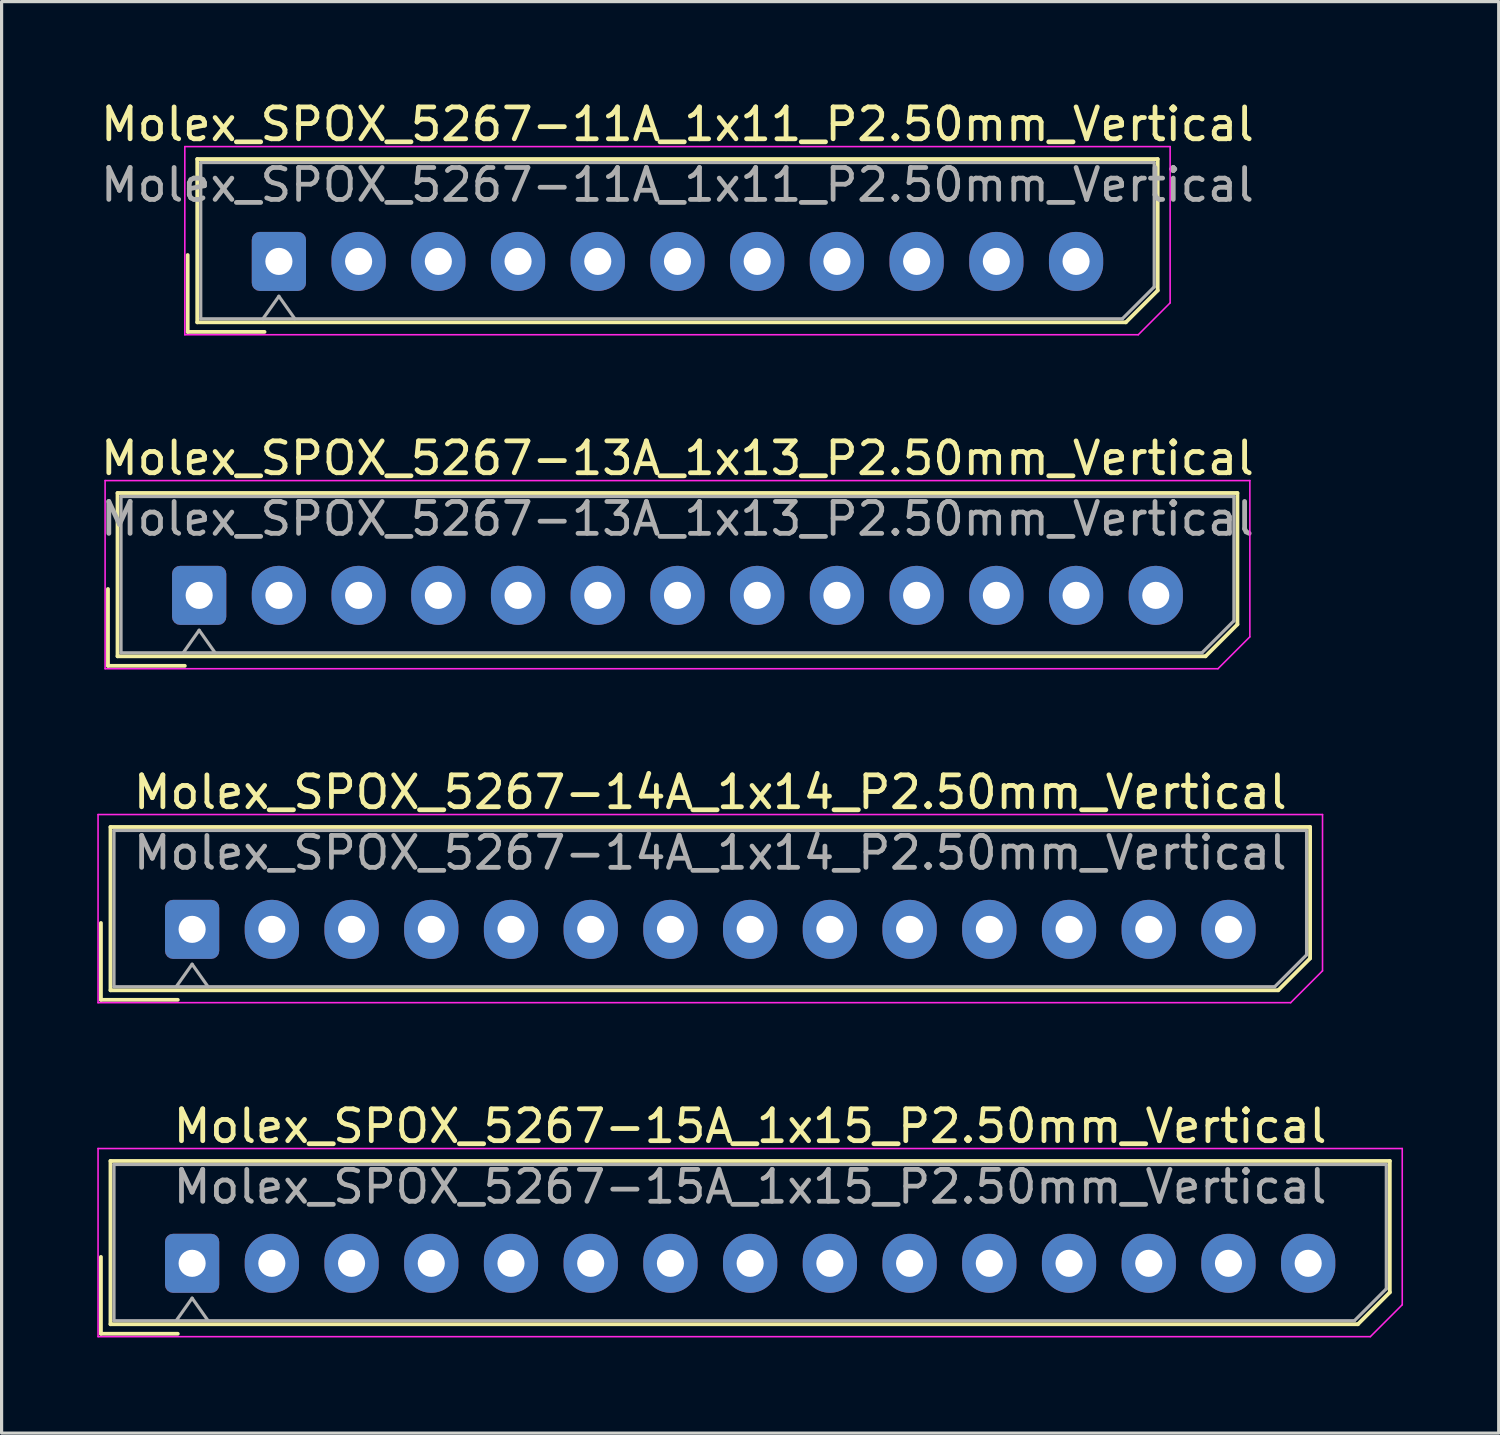
<source format=kicad_pcb>
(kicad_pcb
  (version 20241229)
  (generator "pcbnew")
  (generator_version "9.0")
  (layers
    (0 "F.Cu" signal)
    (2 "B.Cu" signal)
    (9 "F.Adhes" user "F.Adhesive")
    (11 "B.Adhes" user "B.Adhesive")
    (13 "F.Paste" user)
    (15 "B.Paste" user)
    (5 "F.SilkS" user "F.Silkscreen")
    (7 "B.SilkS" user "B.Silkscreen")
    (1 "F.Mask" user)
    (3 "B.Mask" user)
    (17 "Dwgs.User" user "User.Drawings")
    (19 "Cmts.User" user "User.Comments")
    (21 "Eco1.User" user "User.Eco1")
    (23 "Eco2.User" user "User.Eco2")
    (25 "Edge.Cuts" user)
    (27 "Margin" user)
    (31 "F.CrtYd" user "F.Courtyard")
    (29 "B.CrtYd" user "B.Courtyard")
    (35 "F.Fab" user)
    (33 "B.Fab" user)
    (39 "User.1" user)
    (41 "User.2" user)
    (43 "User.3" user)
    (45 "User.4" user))
  (footprint "Molex_SPOX_5267-11A_1x11_P2.50mm_Vertical"
    (layer "F.Cu")
    (at 5.696 5.148)
    (property "Reference" "Molex_SPOX_5267-11A_1x11_P2.50mm_Vertical" (at 12.5 -4.3 0) (layer "F.SilkS") (effects (font (size 1 1) (thickness 0.15))))
    (attr through_hole)
    (fp_line (start -2.86 -0.2) (end -2.86 2.21) (stroke (width 0.12) (type solid)) (layer "F.SilkS"))
    (fp_line (start -2.86 2.21) (end -0.45 2.21) (stroke (width 0.12) (type solid)) (layer "F.SilkS"))
    (fp_line (start -2.56 -3.21) (end -2.56 1.91) (stroke (width 0.12) (type solid)) (layer "F.SilkS"))
    (fp_line (start -2.56 1.91) (end 26.56 1.91) (stroke (width 0.12) (type solid)) (layer "F.SilkS"))
    (fp_line (start 26.56 1.91) (end 27.56 0.91) (stroke (width 0.12) (type solid)) (layer "F.SilkS"))
    (fp_line (start 27.56 -3.21) (end -2.56 -3.21) (stroke (width 0.12) (type solid)) (layer "F.SilkS"))
    (fp_line (start 27.56 0.91) (end 27.56 -3.21) (stroke (width 0.12) (type solid)) (layer "F.SilkS"))
    (fp_line (start -2.95 -3.6) (end -2.95 2.3) (stroke (width 0.05) (type solid)) (layer "F.CrtYd"))
    (fp_line (start -2.95 2.3) (end 26.95 2.3) (stroke (width 0.05) (type solid)) (layer "F.CrtYd"))
    (fp_line (start 26.95 2.3) (end 27.95 1.3) (stroke (width 0.05) (type solid)) (layer "F.CrtYd"))
    (fp_line (start 27.95 -3.6) (end -2.95 -3.6) (stroke (width 0.05) (type solid)) (layer "F.CrtYd"))
    (fp_line (start 27.95 1.3) (end 27.95 -3.6) (stroke (width 0.05) (type solid)) (layer "F.CrtYd"))
    (fp_line (start -2.45 -3.1) (end -2.45 1.8) (stroke (width 0.1) (type solid)) (layer "F.Fab"))
    (fp_line (start -2.45 1.8) (end 26.45 1.8) (stroke (width 0.1) (type solid)) (layer "F.Fab"))
    (fp_line (start -0.5 1.8) (end 0 1.093) (stroke (width 0.1) (type solid)) (layer "F.Fab"))
    (fp_line (start 0 1.093) (end 0.5 1.8) (stroke (width 0.1) (type solid)) (layer "F.Fab"))
    (fp_line (start 26.45 1.8) (end 27.45 0.8) (stroke (width 0.1) (type solid)) (layer "F.Fab"))
    (fp_line (start 27.45 -3.1) (end -2.45 -3.1) (stroke (width 0.1) (type solid)) (layer "F.Fab"))
    (fp_line (start 27.45 0.8) (end 27.45 -3.1) (stroke (width 0.1) (type solid)) (layer "F.Fab"))
    (fp_text user "${REFERENCE}" (at 12.5 -2.4 0) (layer "F.Fab") (effects (font (size 1 1) (thickness 0.15))))
    (pad "1" thru_hole roundrect (at 0 0) (size 1.7 1.85) (drill 0.85) (layers "*.Cu" "*.Mask") (roundrect_rratio 0.147))
    (pad "2" thru_hole oval (at 2.5 0) (size 1.7 1.85) (drill 0.85) (layers "*.Cu" "*.Mask"))
    (pad "3" thru_hole oval (at 5 0) (size 1.7 1.85) (drill 0.85) (layers "*.Cu" "*.Mask"))
    (pad "4" thru_hole oval (at 7.5 0) (size 1.7 1.85) (drill 0.85) (layers "*.Cu" "*.Mask"))
    (pad "5" thru_hole oval (at 10 0) (size 1.7 1.85) (drill 0.85) (layers "*.Cu" "*.Mask"))
    (pad "6" thru_hole oval (at 12.5 0) (size 1.7 1.85) (drill 0.85) (layers "*.Cu" "*.Mask"))
    (pad "7" thru_hole oval (at 15 0) (size 1.7 1.85) (drill 0.85) (layers "*.Cu" "*.Mask"))
    (pad "8" thru_hole oval (at 17.5 0) (size 1.7 1.85) (drill 0.85) (layers "*.Cu" "*.Mask"))
    (pad "9" thru_hole oval (at 20 0) (size 1.7 1.85) (drill 0.85) (layers "*.Cu" "*.Mask"))
    (pad "10" thru_hole oval (at 22.5 0) (size 1.7 1.85) (drill 0.85) (layers "*.Cu" "*.Mask"))
    (pad "11" thru_hole oval (at 25 0) (size 1.7 1.85) (drill 0.85) (layers "*.Cu" "*.Mask")))
  (footprint "Molex_SPOX_5267-15A_1x15_P2.50mm_Vertical"
    (layer "F.Cu")
    (at 2.975 36.568)
    (property "Reference" "Molex_SPOX_5267-15A_1x15_P2.50mm_Vertical" (at 17.5 -4.3 0) (layer "F.SilkS") (effects (font (size 1 1) (thickness 0.15))))
    (attr through_hole)
    (fp_line (start -2.86 -0.2) (end -2.86 2.21) (stroke (width 0.12) (type solid)) (layer "F.SilkS"))
    (fp_line (start -2.86 2.21) (end -0.45 2.21) (stroke (width 0.12) (type solid)) (layer "F.SilkS"))
    (fp_line (start -2.56 -3.21) (end -2.56 1.91) (stroke (width 0.12) (type solid)) (layer "F.SilkS"))
    (fp_line (start -2.56 1.91) (end 36.56 1.91) (stroke (width 0.12) (type solid)) (layer "F.SilkS"))
    (fp_line (start 36.56 1.91) (end 37.56 0.91) (stroke (width 0.12) (type solid)) (layer "F.SilkS"))
    (fp_line (start 37.56 -3.21) (end -2.56 -3.21) (stroke (width 0.12) (type solid)) (layer "F.SilkS"))
    (fp_line (start 37.56 0.91) (end 37.56 -3.21) (stroke (width 0.12) (type solid)) (layer "F.SilkS"))
    (fp_line (start -2.95 -3.6) (end -2.95 2.3) (stroke (width 0.05) (type solid)) (layer "F.CrtYd"))
    (fp_line (start -2.95 2.3) (end 36.95 2.3) (stroke (width 0.05) (type solid)) (layer "F.CrtYd"))
    (fp_line (start 36.95 2.3) (end 37.95 1.3) (stroke (width 0.05) (type solid)) (layer "F.CrtYd"))
    (fp_line (start 37.95 -3.6) (end -2.95 -3.6) (stroke (width 0.05) (type solid)) (layer "F.CrtYd"))
    (fp_line (start 37.95 1.3) (end 37.95 -3.6) (stroke (width 0.05) (type solid)) (layer "F.CrtYd"))
    (fp_line (start -2.45 -3.1) (end -2.45 1.8) (stroke (width 0.1) (type solid)) (layer "F.Fab"))
    (fp_line (start -2.45 1.8) (end 36.45 1.8) (stroke (width 0.1) (type solid)) (layer "F.Fab"))
    (fp_line (start -0.5 1.8) (end 0 1.093) (stroke (width 0.1) (type solid)) (layer "F.Fab"))
    (fp_line (start 0 1.093) (end 0.5 1.8) (stroke (width 0.1) (type solid)) (layer "F.Fab"))
    (fp_line (start 36.45 1.8) (end 37.45 0.8) (stroke (width 0.1) (type solid)) (layer "F.Fab"))
    (fp_line (start 37.45 -3.1) (end -2.45 -3.1) (stroke (width 0.1) (type solid)) (layer "F.Fab"))
    (fp_line (start 37.45 0.8) (end 37.45 -3.1) (stroke (width 0.1) (type solid)) (layer "F.Fab"))
    (fp_text user "${REFERENCE}" (at 17.5 -2.4 0) (layer "F.Fab") (effects (font (size 1 1) (thickness 0.15))))
    (pad "1" thru_hole roundrect (at 0 0) (size 1.7 1.85) (drill 0.85) (layers "*.Cu" "*.Mask") (roundrect_rratio 0.147))
    (pad "2" thru_hole oval (at 2.5 0) (size 1.7 1.85) (drill 0.85) (layers "*.Cu" "*.Mask"))
    (pad "3" thru_hole oval (at 5 0) (size 1.7 1.85) (drill 0.85) (layers "*.Cu" "*.Mask"))
    (pad "4" thru_hole oval (at 7.5 0) (size 1.7 1.85) (drill 0.85) (layers "*.Cu" "*.Mask"))
    (pad "5" thru_hole oval (at 10 0) (size 1.7 1.85) (drill 0.85) (layers "*.Cu" "*.Mask"))
    (pad "6" thru_hole oval (at 12.5 0) (size 1.7 1.85) (drill 0.85) (layers "*.Cu" "*.Mask"))
    (pad "7" thru_hole oval (at 15 0) (size 1.7 1.85) (drill 0.85) (layers "*.Cu" "*.Mask"))
    (pad "8" thru_hole oval (at 17.5 0) (size 1.7 1.85) (drill 0.85) (layers "*.Cu" "*.Mask"))
    (pad "9" thru_hole oval (at 20 0) (size 1.7 1.85) (drill 0.85) (layers "*.Cu" "*.Mask"))
    (pad "10" thru_hole oval (at 22.5 0) (size 1.7 1.85) (drill 0.85) (layers "*.Cu" "*.Mask"))
    (pad "11" thru_hole oval (at 25 0) (size 1.7 1.85) (drill 0.85) (layers "*.Cu" "*.Mask"))
    (pad "12" thru_hole oval (at 27.5 0) (size 1.7 1.85) (drill 0.85) (layers "*.Cu" "*.Mask"))
    (pad "13" thru_hole oval (at 30 0) (size 1.7 1.85) (drill 0.85) (layers "*.Cu" "*.Mask"))
    (pad "14" thru_hole oval (at 32.5 0) (size 1.7 1.85) (drill 0.85) (layers "*.Cu" "*.Mask"))
    (pad "15" thru_hole oval (at 35 0) (size 1.7 1.85) (drill 0.85) (layers "*.Cu" "*.Mask")))
  (footprint "Molex_SPOX_5267-14A_1x14_P2.50mm_Vertical"
    (layer "F.Cu")
    (at 2.975 26.095)
    (property "Reference" "Molex_SPOX_5267-14A_1x14_P2.50mm_Vertical" (at 16.25 -4.3 0) (layer "F.SilkS") (effects (font (size 1 1) (thickness 0.15))))
    (attr through_hole)
    (fp_line (start -2.86 -0.2) (end -2.86 2.21) (stroke (width 0.12) (type solid)) (layer "F.SilkS"))
    (fp_line (start -2.86 2.21) (end -0.45 2.21) (stroke (width 0.12) (type solid)) (layer "F.SilkS"))
    (fp_line (start -2.56 -3.21) (end -2.56 1.91) (stroke (width 0.12) (type solid)) (layer "F.SilkS"))
    (fp_line (start -2.56 1.91) (end 34.06 1.91) (stroke (width 0.12) (type solid)) (layer "F.SilkS"))
    (fp_line (start 34.06 1.91) (end 35.06 0.91) (stroke (width 0.12) (type solid)) (layer "F.SilkS"))
    (fp_line (start 35.06 -3.21) (end -2.56 -3.21) (stroke (width 0.12) (type solid)) (layer "F.SilkS"))
    (fp_line (start 35.06 0.91) (end 35.06 -3.21) (stroke (width 0.12) (type solid)) (layer "F.SilkS"))
    (fp_line (start -2.95 -3.6) (end -2.95 2.3) (stroke (width 0.05) (type solid)) (layer "F.CrtYd"))
    (fp_line (start -2.95 2.3) (end 34.45 2.3) (stroke (width 0.05) (type solid)) (layer "F.CrtYd"))
    (fp_line (start 34.45 2.3) (end 35.45 1.3) (stroke (width 0.05) (type solid)) (layer "F.CrtYd"))
    (fp_line (start 35.45 -3.6) (end -2.95 -3.6) (stroke (width 0.05) (type solid)) (layer "F.CrtYd"))
    (fp_line (start 35.45 1.3) (end 35.45 -3.6) (stroke (width 0.05) (type solid)) (layer "F.CrtYd"))
    (fp_line (start -2.45 -3.1) (end -2.45 1.8) (stroke (width 0.1) (type solid)) (layer "F.Fab"))
    (fp_line (start -2.45 1.8) (end 33.95 1.8) (stroke (width 0.1) (type solid)) (layer "F.Fab"))
    (fp_line (start -0.5 1.8) (end 0 1.093) (stroke (width 0.1) (type solid)) (layer "F.Fab"))
    (fp_line (start 0 1.093) (end 0.5 1.8) (stroke (width 0.1) (type solid)) (layer "F.Fab"))
    (fp_line (start 33.95 1.8) (end 34.95 0.8) (stroke (width 0.1) (type solid)) (layer "F.Fab"))
    (fp_line (start 34.95 -3.1) (end -2.45 -3.1) (stroke (width 0.1) (type solid)) (layer "F.Fab"))
    (fp_line (start 34.95 0.8) (end 34.95 -3.1) (stroke (width 0.1) (type solid)) (layer "F.Fab"))
    (fp_text user "${REFERENCE}" (at 16.25 -2.4 0) (layer "F.Fab") (effects (font (size 1 1) (thickness 0.15))))
    (pad "1" thru_hole roundrect (at 0 0) (size 1.7 1.85) (drill 0.85) (layers "*.Cu" "*.Mask") (roundrect_rratio 0.147))
    (pad "2" thru_hole oval (at 2.5 0) (size 1.7 1.85) (drill 0.85) (layers "*.Cu" "*.Mask"))
    (pad "3" thru_hole oval (at 5 0) (size 1.7 1.85) (drill 0.85) (layers "*.Cu" "*.Mask"))
    (pad "4" thru_hole oval (at 7.5 0) (size 1.7 1.85) (drill 0.85) (layers "*.Cu" "*.Mask"))
    (pad "5" thru_hole oval (at 10 0) (size 1.7 1.85) (drill 0.85) (layers "*.Cu" "*.Mask"))
    (pad "6" thru_hole oval (at 12.5 0) (size 1.7 1.85) (drill 0.85) (layers "*.Cu" "*.Mask"))
    (pad "7" thru_hole oval (at 15 0) (size 1.7 1.85) (drill 0.85) (layers "*.Cu" "*.Mask"))
    (pad "8" thru_hole oval (at 17.5 0) (size 1.7 1.85) (drill 0.85) (layers "*.Cu" "*.Mask"))
    (pad "9" thru_hole oval (at 20 0) (size 1.7 1.85) (drill 0.85) (layers "*.Cu" "*.Mask"))
    (pad "10" thru_hole oval (at 22.5 0) (size 1.7 1.85) (drill 0.85) (layers "*.Cu" "*.Mask"))
    (pad "11" thru_hole oval (at 25 0) (size 1.7 1.85) (drill 0.85) (layers "*.Cu" "*.Mask"))
    (pad "12" thru_hole oval (at 27.5 0) (size 1.7 1.85) (drill 0.85) (layers "*.Cu" "*.Mask"))
    (pad "13" thru_hole oval (at 30 0) (size 1.7 1.85) (drill 0.85) (layers "*.Cu" "*.Mask"))
    (pad "14" thru_hole oval (at 32.5 0) (size 1.7 1.85) (drill 0.85) (layers "*.Cu" "*.Mask")))
  (footprint "Molex_SPOX_5267-13A_1x13_P2.50mm_Vertical"
    (layer "F.Cu")
    (at 3.196 15.621)
    (property "Reference" "Molex_SPOX_5267-13A_1x13_P2.50mm_Vertical" (at 15 -4.3 0) (layer "F.SilkS") (effects (font (size 1 1) (thickness 0.15))))
    (attr through_hole)
    (fp_line (start -2.86 -0.2) (end -2.86 2.21) (stroke (width 0.12) (type solid)) (layer "F.SilkS"))
    (fp_line (start -2.86 2.21) (end -0.45 2.21) (stroke (width 0.12) (type solid)) (layer "F.SilkS"))
    (fp_line (start -2.56 -3.21) (end -2.56 1.91) (stroke (width 0.12) (type solid)) (layer "F.SilkS"))
    (fp_line (start -2.56 1.91) (end 31.56 1.91) (stroke (width 0.12) (type solid)) (layer "F.SilkS"))
    (fp_line (start 31.56 1.91) (end 32.56 0.91) (stroke (width 0.12) (type solid)) (layer "F.SilkS"))
    (fp_line (start 32.56 -3.21) (end -2.56 -3.21) (stroke (width 0.12) (type solid)) (layer "F.SilkS"))
    (fp_line (start 32.56 0.91) (end 32.56 -3.21) (stroke (width 0.12) (type solid)) (layer "F.SilkS"))
    (fp_line (start -2.95 -3.6) (end -2.95 2.3) (stroke (width 0.05) (type solid)) (layer "F.CrtYd"))
    (fp_line (start -2.95 2.3) (end 31.95 2.3) (stroke (width 0.05) (type solid)) (layer "F.CrtYd"))
    (fp_line (start 31.95 2.3) (end 32.95 1.3) (stroke (width 0.05) (type solid)) (layer "F.CrtYd"))
    (fp_line (start 32.95 -3.6) (end -2.95 -3.6) (stroke (width 0.05) (type solid)) (layer "F.CrtYd"))
    (fp_line (start 32.95 1.3) (end 32.95 -3.6) (stroke (width 0.05) (type solid)) (layer "F.CrtYd"))
    (fp_line (start -2.45 -3.1) (end -2.45 1.8) (stroke (width 0.1) (type solid)) (layer "F.Fab"))
    (fp_line (start -2.45 1.8) (end 31.45 1.8) (stroke (width 0.1) (type solid)) (layer "F.Fab"))
    (fp_line (start -0.5 1.8) (end 0 1.093) (stroke (width 0.1) (type solid)) (layer "F.Fab"))
    (fp_line (start 0 1.093) (end 0.5 1.8) (stroke (width 0.1) (type solid)) (layer "F.Fab"))
    (fp_line (start 31.45 1.8) (end 32.45 0.8) (stroke (width 0.1) (type solid)) (layer "F.Fab"))
    (fp_line (start 32.45 -3.1) (end -2.45 -3.1) (stroke (width 0.1) (type solid)) (layer "F.Fab"))
    (fp_line (start 32.45 0.8) (end 32.45 -3.1) (stroke (width 0.1) (type solid)) (layer "F.Fab"))
    (fp_text user "${REFERENCE}" (at 15 -2.4 0) (layer "F.Fab") (effects (font (size 1 1) (thickness 0.15))))
    (pad "1" thru_hole roundrect (at 0 0) (size 1.7 1.85) (drill 0.85) (layers "*.Cu" "*.Mask") (roundrect_rratio 0.147))
    (pad "2" thru_hole oval (at 2.5 0) (size 1.7 1.85) (drill 0.85) (layers "*.Cu" "*.Mask"))
    (pad "3" thru_hole oval (at 5 0) (size 1.7 1.85) (drill 0.85) (layers "*.Cu" "*.Mask"))
    (pad "4" thru_hole oval (at 7.5 0) (size 1.7 1.85) (drill 0.85) (layers "*.Cu" "*.Mask"))
    (pad "5" thru_hole oval (at 10 0) (size 1.7 1.85) (drill 0.85) (layers "*.Cu" "*.Mask"))
    (pad "6" thru_hole oval (at 12.5 0) (size 1.7 1.85) (drill 0.85) (layers "*.Cu" "*.Mask"))
    (pad "7" thru_hole oval (at 15 0) (size 1.7 1.85) (drill 0.85) (layers "*.Cu" "*.Mask"))
    (pad "8" thru_hole oval (at 17.5 0) (size 1.7 1.85) (drill 0.85) (layers "*.Cu" "*.Mask"))
    (pad "9" thru_hole oval (at 20 0) (size 1.7 1.85) (drill 0.85) (layers "*.Cu" "*.Mask"))
    (pad "10" thru_hole oval (at 22.5 0) (size 1.7 1.85) (drill 0.85) (layers "*.Cu" "*.Mask"))
    (pad "11" thru_hole oval (at 25 0) (size 1.7 1.85) (drill 0.85) (layers "*.Cu" "*.Mask"))
    (pad "12" thru_hole oval (at 27.5 0) (size 1.7 1.85) (drill 0.85) (layers "*.Cu" "*.Mask"))
    (pad "13" thru_hole oval (at 30 0) (size 1.7 1.85) (drill 0.85) (layers "*.Cu" "*.Mask")))
  (gr_rect
    (start -3 -3)
    (end 43.95 41.893)
    (stroke (width 0.1) (type default))
    (fill no)
    (layer "Edge.Cuts")))
</source>
